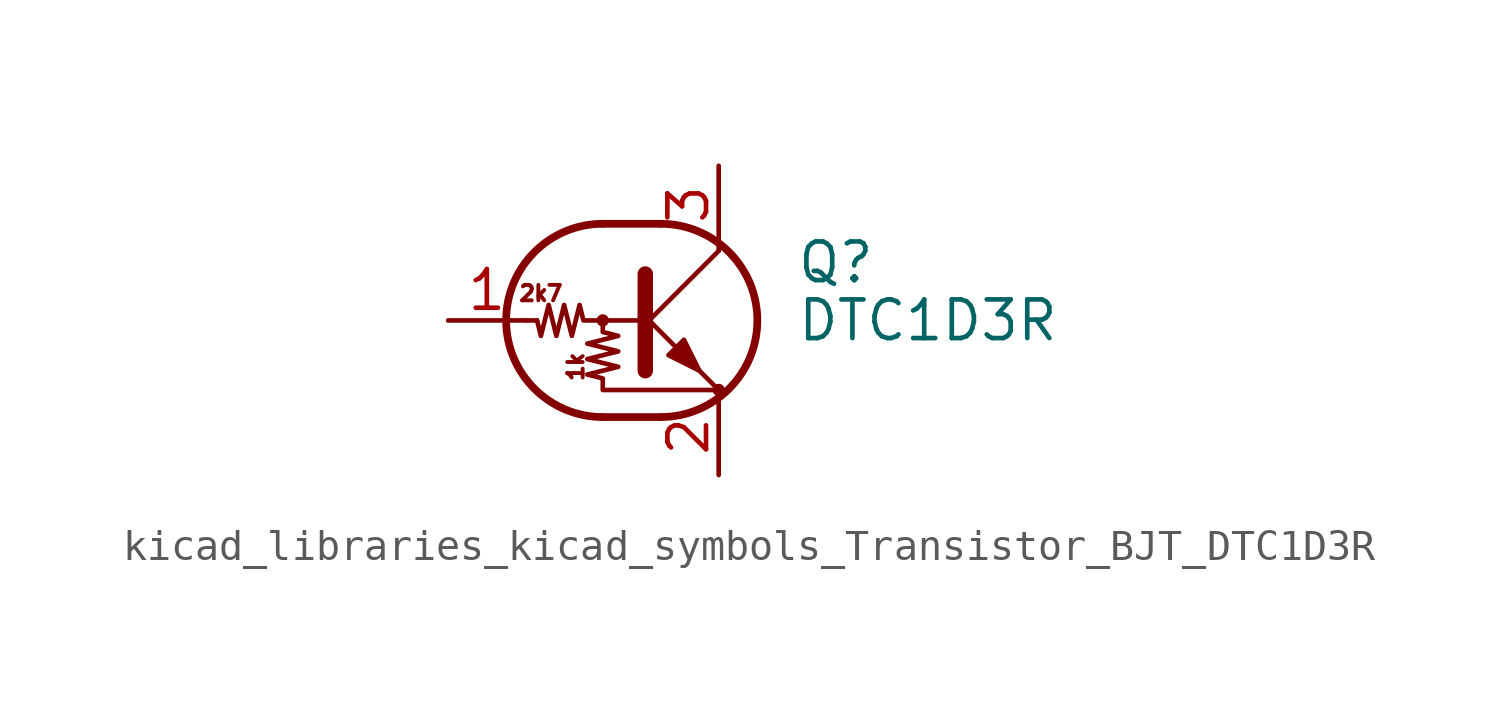
<source format=kicad_sym>
(kicad_symbol_lib
  (version 20220914)
  (generator kicad_symbol_editor)
  (symbol "kicad_libraries_kicad_symbols_Transistor_BJT_DTC1D3R"
    (pin_names
      (offset 0) hide)
    (property "Reference" "Q"
      (at 5.08 1.905 0)
      (effects (font (size 1.27 1.27)) (justify left)))
    (property "Value" "DTC1D3R"
      (at 5.08 0 0)
      (effects (font (size 1.27 1.27)) (justify left)))
    (symbol "kicad_libraries_kicad_symbols_Transistor_BJT_DTC1D3R_0_0"
      (text "1k" (at -2.159 -1.524 900) (effects (font (size 0.508 0.508))))
      (text "2k7" (at -3.302 0.889 0) (effects (font (size 0.508 0.508)))))
    (symbol "kicad_libraries_kicad_symbols_Transistor_BJT_DTC1D3R_0_1"
      (circle (center -1.27 0) (radius 0.127) (stroke (width 0) (type default)) (fill (type none)))
      (arc (start -1.27 3.175) (mid -4.4312 0) (end -1.27 -3.175) (stroke (width 0.254) (type default)) (fill (type none)))
      (polyline (pts (xy -3.429 0) (xy -3.81 0)) (stroke (width 0) (type default)) (fill (type none)))
      (polyline (pts (xy -1.27 -3.175) (xy 0.635 -3.175)) (stroke (width 0.254) (type default)) (fill (type none)))
      (polyline (pts (xy -1.27 3.175) (xy 0.635 3.175)) (stroke (width 0.254) (type default)) (fill (type none)))
      (polyline (pts (xy 0 -0.254) (xy 2.54 2.286)) (stroke (width 0) (type default)) (fill (type none)))
      (polyline (pts (xy 0.127 1.524) (xy 0.127 -1.651)) (stroke (width 0.508) (type default)) (fill (type outline)))
      (polyline (pts (xy 2.54 2.286) (xy 2.54 2.54)) (stroke (width 0) (type default)) (fill (type none)))
      (polyline (pts (xy 2.54 -2.286) (xy 0 0.254) (xy 0 0.254)) (stroke (width 0) (type default)) (fill (type none)))
      (polyline (pts (xy 0.889 -1.143) (xy 1.397 -0.635) (xy 1.905 -1.651) (xy 0.889 -1.143)) (stroke (width 0) (type default)) (fill (type outline)))
      (polyline (pts (xy 0 0) (xy -1.905 0) (xy -2.032 0.508) (xy -2.286 -0.508) (xy -2.54 0.508) (xy -2.794 -0.508) (xy -3.048 0.508) (xy -3.302 -0.508) (xy -3.429 0)) (stroke (width 0) (type default)) (fill (type none)))
      (polyline (pts (xy -1.27 0) (xy -1.27 -0.381) (xy -0.762 -0.508) (xy -1.778 -0.762) (xy -0.762 -1.016) (xy -1.778 -1.27) (xy -0.762 -1.524) (xy -1.778 -1.778) (xy -1.27 -1.905) (xy -1.27 -2.286) (xy 2.54 -2.286)) (stroke (width 0) (type default)) (fill (type none)))
      (arc (start 0.635 -3.175) (mid 3.7962 0) (end 0.635 3.175) (stroke (width 0.254) (type default)) (fill (type none)))
      (circle (center 2.54 -2.286) (radius 0.127) (stroke (width 0) (type default)) (fill (type none))))
    (symbol "kicad_libraries_kicad_symbols_Transistor_BJT_DTC1D3R_1_1"
      (pin input line (at -6.35 0 0) (length 2.54) (name "B" (effects (font (size 1.27 1.27)))) (number "1" (effects (font (size 1.27 1.27)))))
      (pin passive line (at 2.54 -5.08 90) (length 2.54) (name "E" (effects (font (size 1.27 1.27)))) (number "2" (effects (font (size 1.27 1.27)))))
      (pin passive line (at 2.54 5.08 270) (length 2.54) (name "C" (effects (font (size 1.27 1.27)))) (number "3" (effects (font (size 1.27 1.27))))))))
</source>
